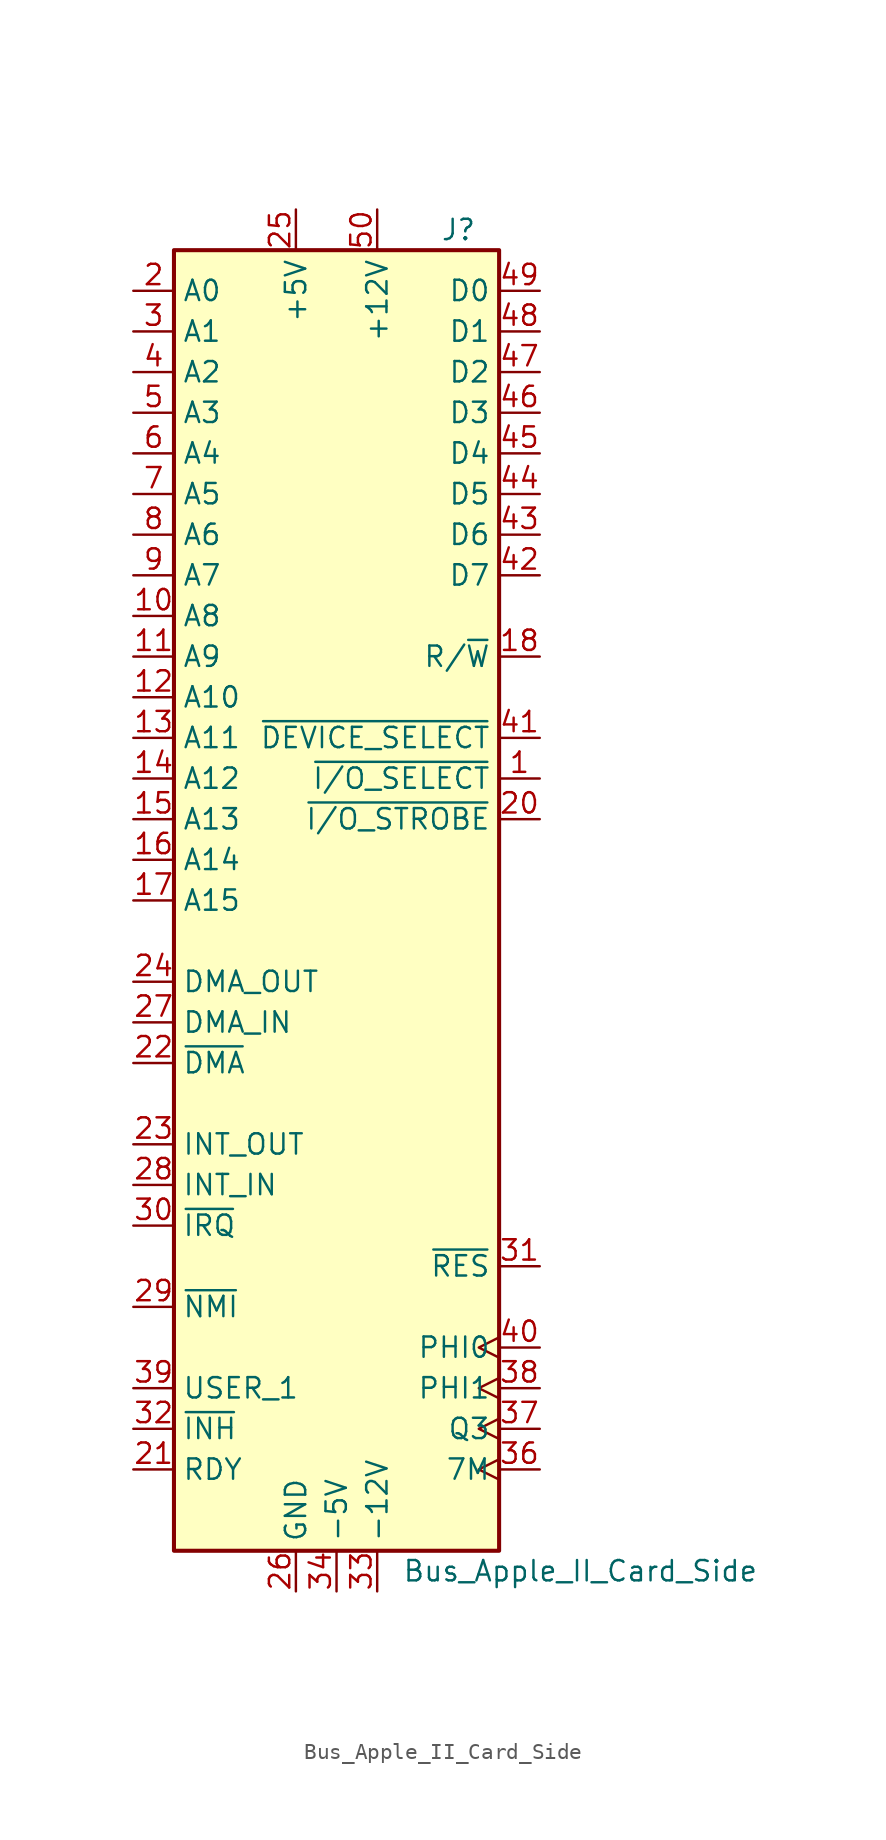
<source format=kicad_sym>
(kicad_symbol_lib
  (version 20211014)
  (generator kicad_symbol_editor)
  (symbol "Bus_Apple_II_Card_Side"
    (property "Reference" "J"
      (at 7.62 41.91 0)
      (effects (font (size 1.27 1.27))))
    (property "Value" "Bus_Apple_II_Card_Side"
      (at 15.24 -41.91 0)
      (effects (font (size 1.27 1.27))))
    (symbol "Bus_Apple_II_Card_Side_0_1"
      (rectangle (start -10.16 40.64) (end 10.16 -40.64) (stroke (width 0.254) (type default) (color 0 0 0 0)) (fill (type background))))
    (symbol "Bus_Apple_II_Card_Side_1_1"
      (pin output line (at 12.7 7.62 180) (length 2.54) (name "~{I/O_SELECT}" (effects (font (size 1.27 1.27)))) (number "1" (effects (font (size 1.27 1.27)))))
      (pin bidirectional line (at -12.7 17.78 0) (length 2.54) (name "A8" (effects (font (size 1.27 1.27)))) (number "10" (effects (font (size 1.27 1.27)))))
      (pin bidirectional line (at -12.7 15.24 0) (length 2.54) (name "A9" (effects (font (size 1.27 1.27)))) (number "11" (effects (font (size 1.27 1.27)))))
      (pin bidirectional line (at -12.7 12.7 0) (length 2.54) (name "A10" (effects (font (size 1.27 1.27)))) (number "12" (effects (font (size 1.27 1.27)))))
      (pin bidirectional line (at -12.7 10.16 0) (length 2.54) (name "A11" (effects (font (size 1.27 1.27)))) (number "13" (effects (font (size 1.27 1.27)))))
      (pin bidirectional line (at -12.7 7.62 0) (length 2.54) (name "A12" (effects (font (size 1.27 1.27)))) (number "14" (effects (font (size 1.27 1.27)))))
      (pin bidirectional line (at -12.7 5.08 0) (length 2.54) (name "A13" (effects (font (size 1.27 1.27)))) (number "15" (effects (font (size 1.27 1.27)))))
      (pin bidirectional line (at -12.7 2.54 0) (length 2.54) (name "A14" (effects (font (size 1.27 1.27)))) (number "16" (effects (font (size 1.27 1.27)))))
      (pin bidirectional line (at -12.7 0 0) (length 2.54) (name "A15" (effects (font (size 1.27 1.27)))) (number "17" (effects (font (size 1.27 1.27)))))
      (pin bidirectional line (at 12.7 15.24 180) (length 2.54) (name "R/~{W}" (effects (font (size 1.27 1.27)))) (number "18" (effects (font (size 1.27 1.27)))))
      (pin passive line (at 12.7 -5.08 180) (length 2.54) hide (name "NC/Sync" (effects (font (size 1.27 1.27)))) (number "19" (effects (font (size 1.27 1.27)))))
      (pin bidirectional line (at -12.7 38.1 0) (length 2.54) (name "A0" (effects (font (size 1.27 1.27)))) (number "2" (effects (font (size 1.27 1.27)))))
      (pin output line (at 12.7 5.08 180) (length 2.54) (name "~{I/O_STROBE}" (effects (font (size 1.27 1.27)))) (number "20" (effects (font (size 1.27 1.27)))))
      (pin input line (at -12.7 -35.56 0) (length 2.54) (name "RDY" (effects (font (size 1.27 1.27)))) (number "21" (effects (font (size 1.27 1.27)))))
      (pin input line (at -12.7 -10.16 0) (length 2.54) (name "~{DMA}" (effects (font (size 1.27 1.27)))) (number "22" (effects (font (size 1.27 1.27)))))
      (pin input line (at -12.7 -15.24 0) (length 2.54) (name "INT_OUT" (effects (font (size 1.27 1.27)))) (number "23" (effects (font (size 1.27 1.27)))))
      (pin input line (at -12.7 -5.08 0) (length 2.54) (name "DMA_OUT" (effects (font (size 1.27 1.27)))) (number "24" (effects (font (size 1.27 1.27)))))
      (pin power_out line (at -2.54 43.18 270) (length 2.54) (name "+5V" (effects (font (size 1.27 1.27)))) (number "25" (effects (font (size 1.27 1.27)))))
      (pin power_in line (at -2.54 -43.18 90) (length 2.54) (name "GND" (effects (font (size 1.27 1.27)))) (number "26" (effects (font (size 1.27 1.27)))))
      (pin output line (at -12.7 -7.62 0) (length 2.54) (name "DMA_IN" (effects (font (size 1.27 1.27)))) (number "27" (effects (font (size 1.27 1.27)))))
      (pin output line (at -12.7 -17.78 0) (length 2.54) (name "INT_IN" (effects (font (size 1.27 1.27)))) (number "28" (effects (font (size 1.27 1.27)))))
      (pin input line (at -12.7 -25.4 0) (length 2.54) (name "~{NMI}" (effects (font (size 1.27 1.27)))) (number "29" (effects (font (size 1.27 1.27)))))
      (pin bidirectional line (at -12.7 35.56 0) (length 2.54) (name "A1" (effects (font (size 1.27 1.27)))) (number "3" (effects (font (size 1.27 1.27)))))
      (pin input line (at -12.7 -20.32 0) (length 2.54) (name "~{IRQ}" (effects (font (size 1.27 1.27)))) (number "30" (effects (font (size 1.27 1.27)))))
      (pin bidirectional line (at 12.7 -22.86 180) (length 2.54) (name "~{RES}" (effects (font (size 1.27 1.27)))) (number "31" (effects (font (size 1.27 1.27)))))
      (pin input line (at -12.7 -33.02 0) (length 2.54) (name "~{INH}" (effects (font (size 1.27 1.27)))) (number "32" (effects (font (size 1.27 1.27)))))
      (pin power_out line (at 2.54 -43.18 90) (length 2.54) (name "-12V" (effects (font (size 1.27 1.27)))) (number "33" (effects (font (size 1.27 1.27)))))
      (pin power_out line (at 0 -43.18 90) (length 2.54) (name "-5V" (effects (font (size 1.27 1.27)))) (number "34" (effects (font (size 1.27 1.27)))))
      (pin passive line (at 12.7 -7.62 180) (length 2.54) hide (name "NC/Color" (effects (font (size 1.27 1.27)))) (number "35" (effects (font (size 1.27 1.27)))))
      (pin output clock (at 12.7 -35.56 180) (length 2.54) (name "7M" (effects (font (size 1.27 1.27)))) (number "36" (effects (font (size 1.27 1.27)))))
      (pin output clock (at 12.7 -33.02 180) (length 2.54) (name "Q3" (effects (font (size 1.27 1.27)))) (number "37" (effects (font (size 1.27 1.27)))))
      (pin output clock (at 12.7 -30.48 180) (length 2.54) (name "PHI1" (effects (font (size 1.27 1.27)))) (number "38" (effects (font (size 1.27 1.27)))))
      (pin input line (at -12.7 -30.48 0) (length 2.54) (name "USER_1" (effects (font (size 1.27 1.27)))) (number "39" (effects (font (size 1.27 1.27)))))
      (pin bidirectional line (at -12.7 33.02 0) (length 2.54) (name "A2" (effects (font (size 1.27 1.27)))) (number "4" (effects (font (size 1.27 1.27)))))
      (pin output clock (at 12.7 -27.94 180) (length 2.54) (name "PHI0" (effects (font (size 1.27 1.27)))) (number "40" (effects (font (size 1.27 1.27)))))
      (pin output line (at 12.7 10.16 180) (length 2.54) (name "~{DEVICE_SELECT}" (effects (font (size 1.27 1.27)))) (number "41" (effects (font (size 1.27 1.27)))))
      (pin bidirectional line (at 12.7 20.32 180) (length 2.54) (name "D7" (effects (font (size 1.27 1.27)))) (number "42" (effects (font (size 1.27 1.27)))))
      (pin bidirectional line (at 12.7 22.86 180) (length 2.54) (name "D6" (effects (font (size 1.27 1.27)))) (number "43" (effects (font (size 1.27 1.27)))))
      (pin bidirectional line (at 12.7 25.4 180) (length 2.54) (name "D5" (effects (font (size 1.27 1.27)))) (number "44" (effects (font (size 1.27 1.27)))))
      (pin bidirectional line (at 12.7 27.94 180) (length 2.54) (name "D4" (effects (font (size 1.27 1.27)))) (number "45" (effects (font (size 1.27 1.27)))))
      (pin bidirectional line (at 12.7 30.48 180) (length 2.54) (name "D3" (effects (font (size 1.27 1.27)))) (number "46" (effects (font (size 1.27 1.27)))))
      (pin bidirectional line (at 12.7 33.02 180) (length 2.54) (name "D2" (effects (font (size 1.27 1.27)))) (number "47" (effects (font (size 1.27 1.27)))))
      (pin bidirectional line (at 12.7 35.56 180) (length 2.54) (name "D1" (effects (font (size 1.27 1.27)))) (number "48" (effects (font (size 1.27 1.27)))))
      (pin bidirectional line (at 12.7 38.1 180) (length 2.54) (name "D0" (effects (font (size 1.27 1.27)))) (number "49" (effects (font (size 1.27 1.27)))))
      (pin bidirectional line (at -12.7 30.48 0) (length 2.54) (name "A3" (effects (font (size 1.27 1.27)))) (number "5" (effects (font (size 1.27 1.27)))))
      (pin power_out line (at 2.54 43.18 270) (length 2.54) (name "+12V" (effects (font (size 1.27 1.27)))) (number "50" (effects (font (size 1.27 1.27)))))
      (pin bidirectional line (at -12.7 27.94 0) (length 2.54) (name "A4" (effects (font (size 1.27 1.27)))) (number "6" (effects (font (size 1.27 1.27)))))
      (pin bidirectional line (at -12.7 25.4 0) (length 2.54) (name "A5" (effects (font (size 1.27 1.27)))) (number "7" (effects (font (size 1.27 1.27)))))
      (pin bidirectional line (at -12.7 22.86 0) (length 2.54) (name "A6" (effects (font (size 1.27 1.27)))) (number "8" (effects (font (size 1.27 1.27)))))
      (pin bidirectional line (at -12.7 20.32 0) (length 2.54) (name "A7" (effects (font (size 1.27 1.27)))) (number "9" (effects (font (size 1.27 1.27))))))))
</source>
